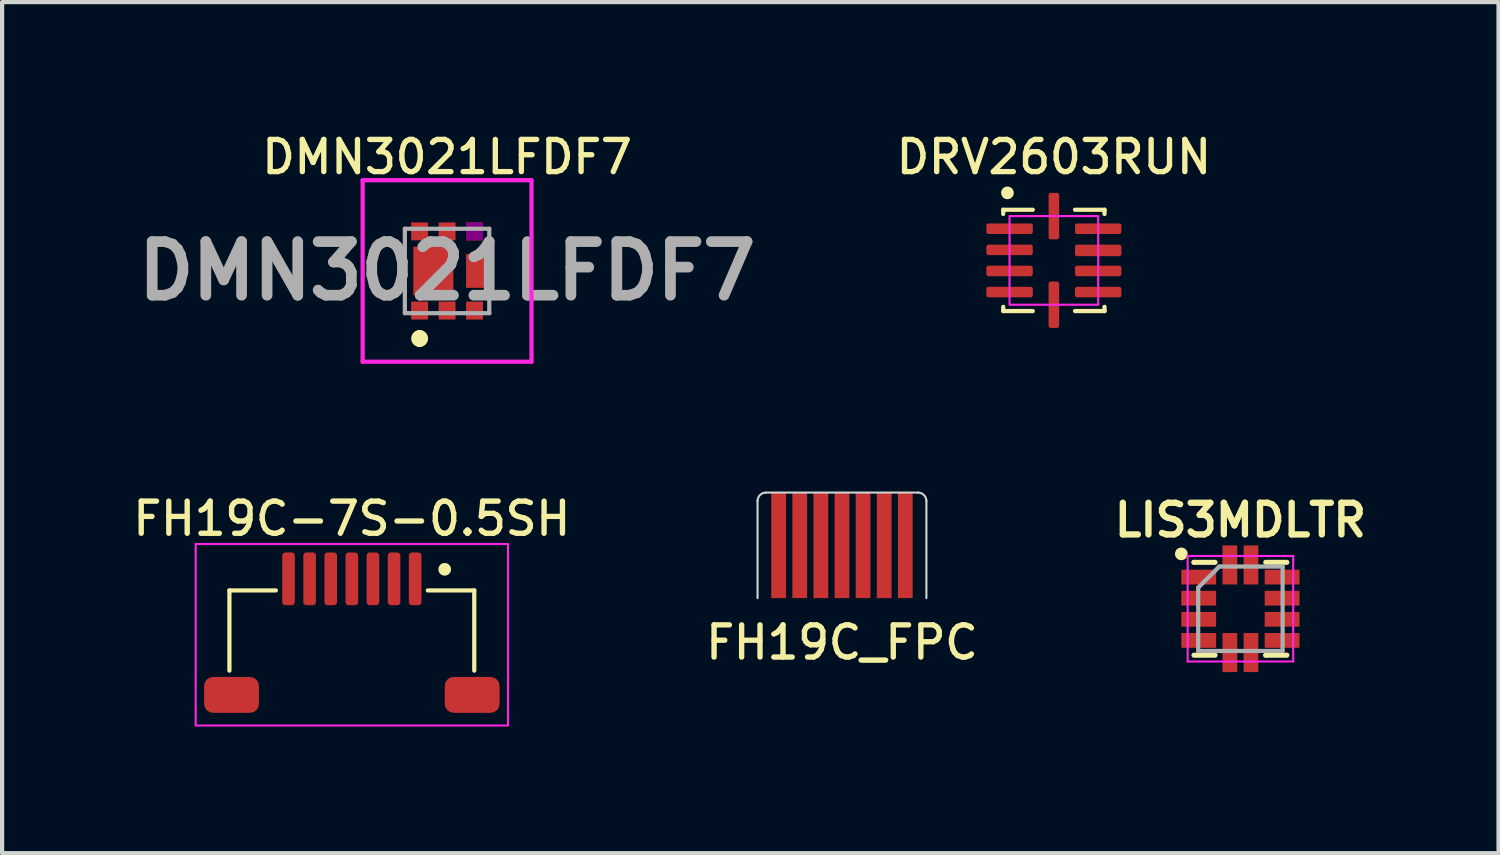
<source format=kicad_pcb>
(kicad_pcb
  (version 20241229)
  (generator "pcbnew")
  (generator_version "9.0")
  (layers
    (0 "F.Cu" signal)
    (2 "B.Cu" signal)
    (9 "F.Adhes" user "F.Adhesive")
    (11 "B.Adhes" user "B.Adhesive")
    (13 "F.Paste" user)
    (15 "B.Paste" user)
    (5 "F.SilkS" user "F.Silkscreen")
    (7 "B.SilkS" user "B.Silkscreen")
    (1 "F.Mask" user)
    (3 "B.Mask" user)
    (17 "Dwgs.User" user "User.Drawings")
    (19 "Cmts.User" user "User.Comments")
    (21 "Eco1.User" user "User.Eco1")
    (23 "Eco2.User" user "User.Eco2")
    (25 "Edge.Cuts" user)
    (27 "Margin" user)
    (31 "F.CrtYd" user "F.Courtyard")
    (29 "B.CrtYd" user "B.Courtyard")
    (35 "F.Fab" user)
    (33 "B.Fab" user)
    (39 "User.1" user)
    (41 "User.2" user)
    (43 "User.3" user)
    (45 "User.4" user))
  (footprint "FH19C-7S-0.5SH"
    (layer "F.Cu")
    (at 5.285 12.137)
    (property "Reference" "FH19C-7S-0.5SH" (at 0 -2.9 0) (unlocked yes) (layer "F.SilkS") (effects (font (size 0.762 0.762) (thickness 0.127) (bold yes))))
    (attr smd)
    (fp_line (start -2.9 -1.2) (end -2.9 0.7) (stroke (width 0.1) (type default)) (layer "F.SilkS"))
    (fp_line (start -1.8 -1.2) (end -2.9 -1.2) (stroke (width 0.1) (type default)) (layer "F.SilkS"))
    (fp_line (start 1.8 -1.2) (end 2.9 -1.2) (stroke (width 0.1) (type default)) (layer "F.SilkS"))
    (fp_line (start 2.9 -1.2) (end 2.9 0.7) (stroke (width 0.1) (type default)) (layer "F.SilkS"))
    (fp_circle (center 2.2 -1.7) (end 2.3 -1.7) (stroke (width 0.1) (type solid)) (fill yes) (layer "F.SilkS"))
    (fp_rect (start -3.7 -2.3) (end 3.7 2) (stroke (width 0.05) (type default)) (fill no) (layer "F.CrtYd"))
    (pad "1" smd roundrect (at 1.5 -1.475 180) (size 0.3 1.25) (layers "F.Cu" "F.Mask" "F.Paste") (roundrect_rratio 0.25))
    (pad "2" smd roundrect (at 1 -1.475 180) (size 0.3 1.25) (layers "F.Cu" "F.Mask" "F.Paste") (roundrect_rratio 0.25))
    (pad "3" smd roundrect (at 0.5 -1.475 180) (size 0.3 1.25) (layers "F.Cu" "F.Mask" "F.Paste") (roundrect_rratio 0.25))
    (pad "4" smd roundrect (at 0 -1.475 180) (size 0.3 1.25) (layers "F.Cu" "F.Mask" "F.Paste") (roundrect_rratio 0.25))
    (pad "5" smd roundrect (at -0.5 -1.475 180) (size 0.3 1.25) (layers "F.Cu" "F.Mask" "F.Paste") (roundrect_rratio 0.25))
    (pad "6" smd roundrect (at -1 -1.475 180) (size 0.3 1.25) (layers "F.Cu" "F.Mask" "F.Paste") (roundrect_rratio 0.25))
    (pad "7" smd roundrect (at -1.5 -1.475 180) (size 0.3 1.25) (layers "F.Cu" "F.Mask" "F.Paste") (roundrect_rratio 0.25))
    (pad "MT" smd roundrect (at -2.85 1.275) (size 1.3 0.85) (layers "F.Cu" "F.Mask" "F.Paste") (roundrect_rratio 0.25))
    (pad "MT" smd roundrect (at 2.85 1.275) (size 1.3 0.85) (layers "F.Cu" "F.Mask" "F.Paste") (roundrect_rratio 0.25)))
  (footprint "LIS3MDLTR"
    (layer "F.Cu")
    (at 26.335 11.371)
    (property "Reference" "LIS3MDLTR" (at 0 -2.1 0) (layer "F.SilkS") (effects (font (size 0.75 0.75) (thickness 0.15))))
    (attr smd)
    (fp_line (start -1.1 -1.1) (end -1.1 -1.1) (stroke (width 0.12) (type solid)) (layer "F.SilkS"))
    (fp_line (start -0.6 -1.1) (end -1.1 -1.1) (stroke (width 0.12) (type solid)) (layer "F.SilkS"))
    (fp_line (start -0.6 1.1) (end -1.1 1.1) (stroke (width 0.12) (type solid)) (layer "F.SilkS"))
    (fp_line (start 0.6 -1.1) (end 1.1 -1.1) (stroke (width 0.12) (type solid)) (layer "F.SilkS"))
    (fp_line (start 0.6 1.1) (end 0.6 1.1) (stroke (width 0.12) (type solid)) (layer "F.SilkS"))
    (fp_line (start 1.1 1.1) (end 0.6 1.1) (stroke (width 0.12) (type solid)) (layer "F.SilkS"))
    (fp_circle (center -1.4 -1.3) (end -1.3 -1.3) (stroke (width 0.1) (type solid)) (fill yes) (layer "F.SilkS"))
    (fp_line (start -1.25 -1.25) (end 1.25 -1.25) (stroke (width 0.05) (type solid)) (layer "F.CrtYd"))
    (fp_line (start -1.25 1.25) (end -1.25 -1.25) (stroke (width 0.05) (type solid)) (layer "F.CrtYd"))
    (fp_line (start 1.25 -1.25) (end 1.25 1.25) (stroke (width 0.05) (type solid)) (layer "F.CrtYd"))
    (fp_line (start 1.25 1.25) (end -1.25 1.25) (stroke (width 0.05) (type solid)) (layer "F.CrtYd"))
    (fp_line (start -1 -0.5) (end -0.5 -1) (stroke (width 0.1) (type solid)) (layer "F.Fab"))
    (fp_line (start -1 1) (end -1 -0.5) (stroke (width 0.1) (type solid)) (layer "F.Fab"))
    (fp_line (start -0.5 -1) (end 1 -1) (stroke (width 0.1) (type solid)) (layer "F.Fab"))
    (fp_line (start 1 -1) (end 1 1) (stroke (width 0.1) (type solid)) (layer "F.Fab"))
    (fp_line (start 1 1) (end -1 1) (stroke (width 0.1) (type solid)) (layer "F.Fab"))
    (pad "1" smd rect (at -0.988 -0.75) (size 0.825 0.35) (layers "F.Cu" "F.Mask" "F.Paste"))
    (pad "2" smd rect (at -0.988 -0.25) (size 0.825 0.35) (layers "F.Cu" "F.Mask" "F.Paste"))
    (pad "3" smd rect (at -0.988 0.25) (size 0.825 0.35) (layers "F.Cu" "F.Mask" "F.Paste"))
    (pad "4" smd rect (at -0.988 0.75) (size 0.825 0.35) (layers "F.Cu" "F.Mask" "F.Paste"))
    (pad "5" smd rect (at -0.25 1.038 90) (size 0.925 0.35) (layers "F.Cu" "F.Mask" "F.Paste"))
    (pad "6" smd rect (at 0.25 1.038 90) (size 0.925 0.35) (layers "F.Cu" "F.Mask" "F.Paste"))
    (pad "7" smd rect (at 0.988 0.75) (size 0.825 0.35) (layers "F.Cu" "F.Mask" "F.Paste"))
    (pad "8" smd rect (at 0.988 0.25) (size 0.825 0.35) (layers "F.Cu" "F.Mask" "F.Paste"))
    (pad "9" smd rect (at 0.988 -0.25) (size 0.825 0.35) (layers "F.Cu" "F.Mask" "F.Paste"))
    (pad "10" smd rect (at 0.988 -0.75) (size 0.825 0.35) (layers "F.Cu" "F.Mask" "F.Paste"))
    (pad "11" smd rect (at 0.25 -1.038 90) (size 0.925 0.35) (layers "F.Cu" "F.Mask" "F.Paste"))
    (pad "12" smd rect (at -0.25 -1.038 90) (size 0.925 0.35) (layers "F.Cu" "F.Mask" "F.Paste")))
  (footprint "FH19C_FPC"
    (layer "F.Cu")
    (at 16.896 11.119)
    (property "Reference" "FH19C_FPC" (at 0 1.05 0) (unlocked yes) (layer "F.SilkS") (effects (font (size 0.762 0.762) (thickness 0.127))))
    (attr smd)
    (fp_rect (start -2 -2.5) (end 2 0) (stroke (width 0.1) (type solid)) (fill yes) (layer "F.Mask"))
    (fp_line (start -2 -2.3) (end -2 0) (stroke (width 0.05) (type default)) (layer "Edge.Cuts"))
    (fp_line (start 1.8 -2.5) (end -1.8 -2.5) (stroke (width 0.05) (type default)) (layer "Edge.Cuts"))
    (fp_line (start 2 0) (end 2 -2.3) (stroke (width 0.05) (type default)) (layer "Edge.Cuts"))
    (fp_arc (start -2 -2.3) (mid -1.941421 -2.441421) (end -1.8 -2.5) (stroke (width 0.05) (type default)) (layer "Edge.Cuts"))
    (fp_arc (start 1.8 -2.5) (mid 1.941421 -2.441421) (end 2 -2.3) (stroke (width 0.05) (type default)) (layer "Edge.Cuts"))
    (pad "1" smd rect (at 1.5 -1.25) (size 0.35 2.5) (layers "F.Cu" "F.Mask" "F.Paste"))
    (pad "2" smd rect (at 1 -1.25) (size 0.35 2.5) (layers "F.Cu" "F.Mask" "F.Paste"))
    (pad "3" smd rect (at 0.5 -1.25) (size 0.35 2.5) (layers "F.Cu" "F.Mask" "F.Paste"))
    (pad "4" smd rect (at 0 -1.25) (size 0.35 2.5) (layers "F.Cu" "F.Mask" "F.Paste"))
    (pad "5" smd rect (at -0.5 -1.25) (size 0.35 2.5) (layers "F.Cu" "F.Mask" "F.Paste"))
    (pad "6" smd rect (at -1 -1.25) (size 0.35 2.5) (layers "F.Cu" "F.Mask" "F.Paste"))
    (pad "7" smd rect (at -1.5 -1.25) (size 0.35 2.5) (layers "F.Cu" "F.Mask" "F.Paste")))
  (footprint "DMN3021LFDF7"
    (layer "F.Cu")
    (at 7.541 3.369)
    (property "Reference" "DMN3021LFDF7" (at 0 -2.7 0) (layer "F.SilkS") (effects (font (size 0.762 0.762) (thickness 0.127))))
    (attr smd)
    (fp_line (start -0.65 1.5) (end -0.65 1.5) (stroke (width 0.2) (type solid)) (layer "F.SilkS"))
    (fp_line (start -0.65 1.7) (end -0.65 1.7) (stroke (width 0.2) (type solid)) (layer "F.SilkS"))
    (fp_arc (start -0.65 1.5) (mid -0.55 1.6) (end -0.65 1.7) (stroke (width 0.2) (type solid)) (layer "F.SilkS"))
    (fp_arc (start -0.65 1.7) (mid -0.75 1.6) (end -0.65 1.5) (stroke (width 0.2) (type solid)) (layer "F.SilkS"))
    (fp_line (start -2 -2.15) (end 2 -2.15) (stroke (width 0.1) (type solid)) (layer "F.CrtYd"))
    (fp_line (start -2 2.15) (end -2 -2.15) (stroke (width 0.1) (type solid)) (layer "F.CrtYd"))
    (fp_line (start 2 -2.15) (end 2 2.15) (stroke (width 0.1) (type solid)) (layer "F.CrtYd"))
    (fp_line (start 2 2.15) (end -2 2.15) (stroke (width 0.1) (type solid)) (layer "F.CrtYd"))
    (fp_line (start -1 -1) (end 1 -1) (stroke (width 0.1) (type solid)) (layer "F.Fab"))
    (fp_line (start -1 1) (end -1 -1) (stroke (width 0.1) (type solid)) (layer "F.Fab"))
    (fp_line (start 1 -1) (end 1 1) (stroke (width 0.1) (type solid)) (layer "F.Fab"))
    (fp_line (start 1 1) (end -1 1) (stroke (width 0.1) (type solid)) (layer "F.Fab"))
    (fp_text user "${REFERENCE}" (at 0 0 0) (layer "F.Fab") (effects (font (size 1.27 1.27) (thickness 0.254))))
    (pad "1" smd rect (at -0.65 -0.938) (size 0.4 0.425) (layers "F.Cu" "F.Mask" "F.Paste"))
    (pad "1" smd rect (at -0.65 0.938) (size 0.4 0.425) (layers "F.Cu" "F.Mask" "F.Paste"))
    (pad "1" connect rect (at -0.325 0) (size 0.95 1.15) (layers "F.Cu" "F.Mask"))
    (pad "1" smd rect (at 0 -0.938) (size 0.4 0.425) (layers "F.Cu" "F.Mask" "F.Paste"))
    (pad "1" smd rect (at 0 0.938) (size 0.4 0.425) (layers "F.Cu" "F.Mask" "F.Paste"))
    (pad "2" smd rect (at 0.65 -0.938) (size 0.4 0.425) (layers "F.Cu" "F.Mask" "F.Adhes" "F.Paste"))
    (pad "3" smd rect (at 0.65 0.938) (size 0.4 0.425) (layers "F.Cu" "F.Mask" "F.Paste"))
    (pad "3" smd rect (at 0.69 0) (size 0.48 0.8) (layers "F.Cu" "F.Mask" "F.Paste")))
  (footprint "DRV2603RUN"
    (layer "F.Cu")
    (at 21.916 3.119)
    (property "Reference" "DRV2603RUN" (at 0 -2.45 0) (unlocked yes) (layer "F.SilkS") (effects (font (size 0.762 0.762) (thickness 0.127) (bold yes))))
    (attr smd)
    (fp_line (start -1.2 -1.2) (end -1.2 -1.1) (stroke (width 0.1) (type default)) (layer "F.SilkS"))
    (fp_line (start -1.2 1.2) (end -1.2 1.1) (stroke (width 0.1) (type default)) (layer "F.SilkS"))
    (fp_line (start -0.5 -1.2) (end -1.2 -1.2) (stroke (width 0.1) (type default)) (layer "F.SilkS"))
    (fp_line (start -0.5 1.2) (end -1.2 1.2) (stroke (width 0.1) (type default)) (layer "F.SilkS"))
    (fp_line (start 0.5 -1.2) (end 1.2 -1.2) (stroke (width 0.1) (type default)) (layer "F.SilkS"))
    (fp_line (start 0.5 1.2) (end 1.2 1.2) (stroke (width 0.1) (type default)) (layer "F.SilkS"))
    (fp_line (start 1.2 -1.2) (end 1.2 -1.1) (stroke (width 0.1) (type default)) (layer "F.SilkS"))
    (fp_line (start 1.2 1.2) (end 1.2 1.1) (stroke (width 0.1) (type default)) (layer "F.SilkS"))
    (fp_circle (center -1.1 -1.6) (end -1 -1.6) (stroke (width 0.1) (type solid)) (fill yes) (layer "F.SilkS"))
    (fp_rect (start -1.05 -1.05) (end 1.05 1.05) (stroke (width 0.05) (type default)) (fill no) (layer "F.CrtYd"))
    (pad "1" smd roundrect (at -1.05 -0.75) (size 1.1 0.25) (layers "F.Cu" "F.Mask" "F.Paste") (roundrect_rratio 0.2))
    (pad "2" smd roundrect (at -1.05 -0.25) (size 1.1 0.25) (layers "F.Cu" "F.Mask" "F.Paste") (roundrect_rratio 0.2))
    (pad "3" smd roundrect (at -1.05 0.25) (size 1.1 0.25) (layers "F.Cu" "F.Mask" "F.Paste") (roundrect_rratio 0.2))
    (pad "4" smd roundrect (at -1.05 0.75) (size 1.1 0.25) (layers "F.Cu" "F.Mask" "F.Paste") (roundrect_rratio 0.2))
    (pad "5" smd roundrect (at 0 1.05 90) (size 1.1 0.25) (layers "F.Cu" "F.Mask" "F.Paste") (roundrect_rratio 0.2))
    (pad "6" smd roundrect (at 1.05 0.75 180) (size 1.1 0.25) (layers "F.Cu" "F.Mask" "F.Paste") (roundrect_rratio 0.2))
    (pad "7" smd roundrect (at 1.05 0.25 180) (size 1.1 0.25) (layers "F.Cu" "F.Mask" "F.Paste") (roundrect_rratio 0.2))
    (pad "8" smd roundrect (at 1.05 -0.237 180) (size 1.1 0.275) (layers "F.Cu" "F.Mask" "F.Paste") (roundrect_rratio 0.2))
    (pad "9" smd roundrect (at 1.05 -0.75 180) (size 1.1 0.25) (layers "F.Cu" "F.Mask" "F.Paste") (roundrect_rratio 0.2))
    (pad "10" smd roundrect (at 0 -1.05 270) (size 1.1 0.25) (layers "F.Cu" "F.Mask" "F.Paste") (roundrect_rratio 0.2)))
  (gr_rect
    (start -3 -3)
    (end 32.45 17.162)
    (stroke (width 0.1) (type default))
    (fill no)
    (layer "Edge.Cuts")))
</source>
